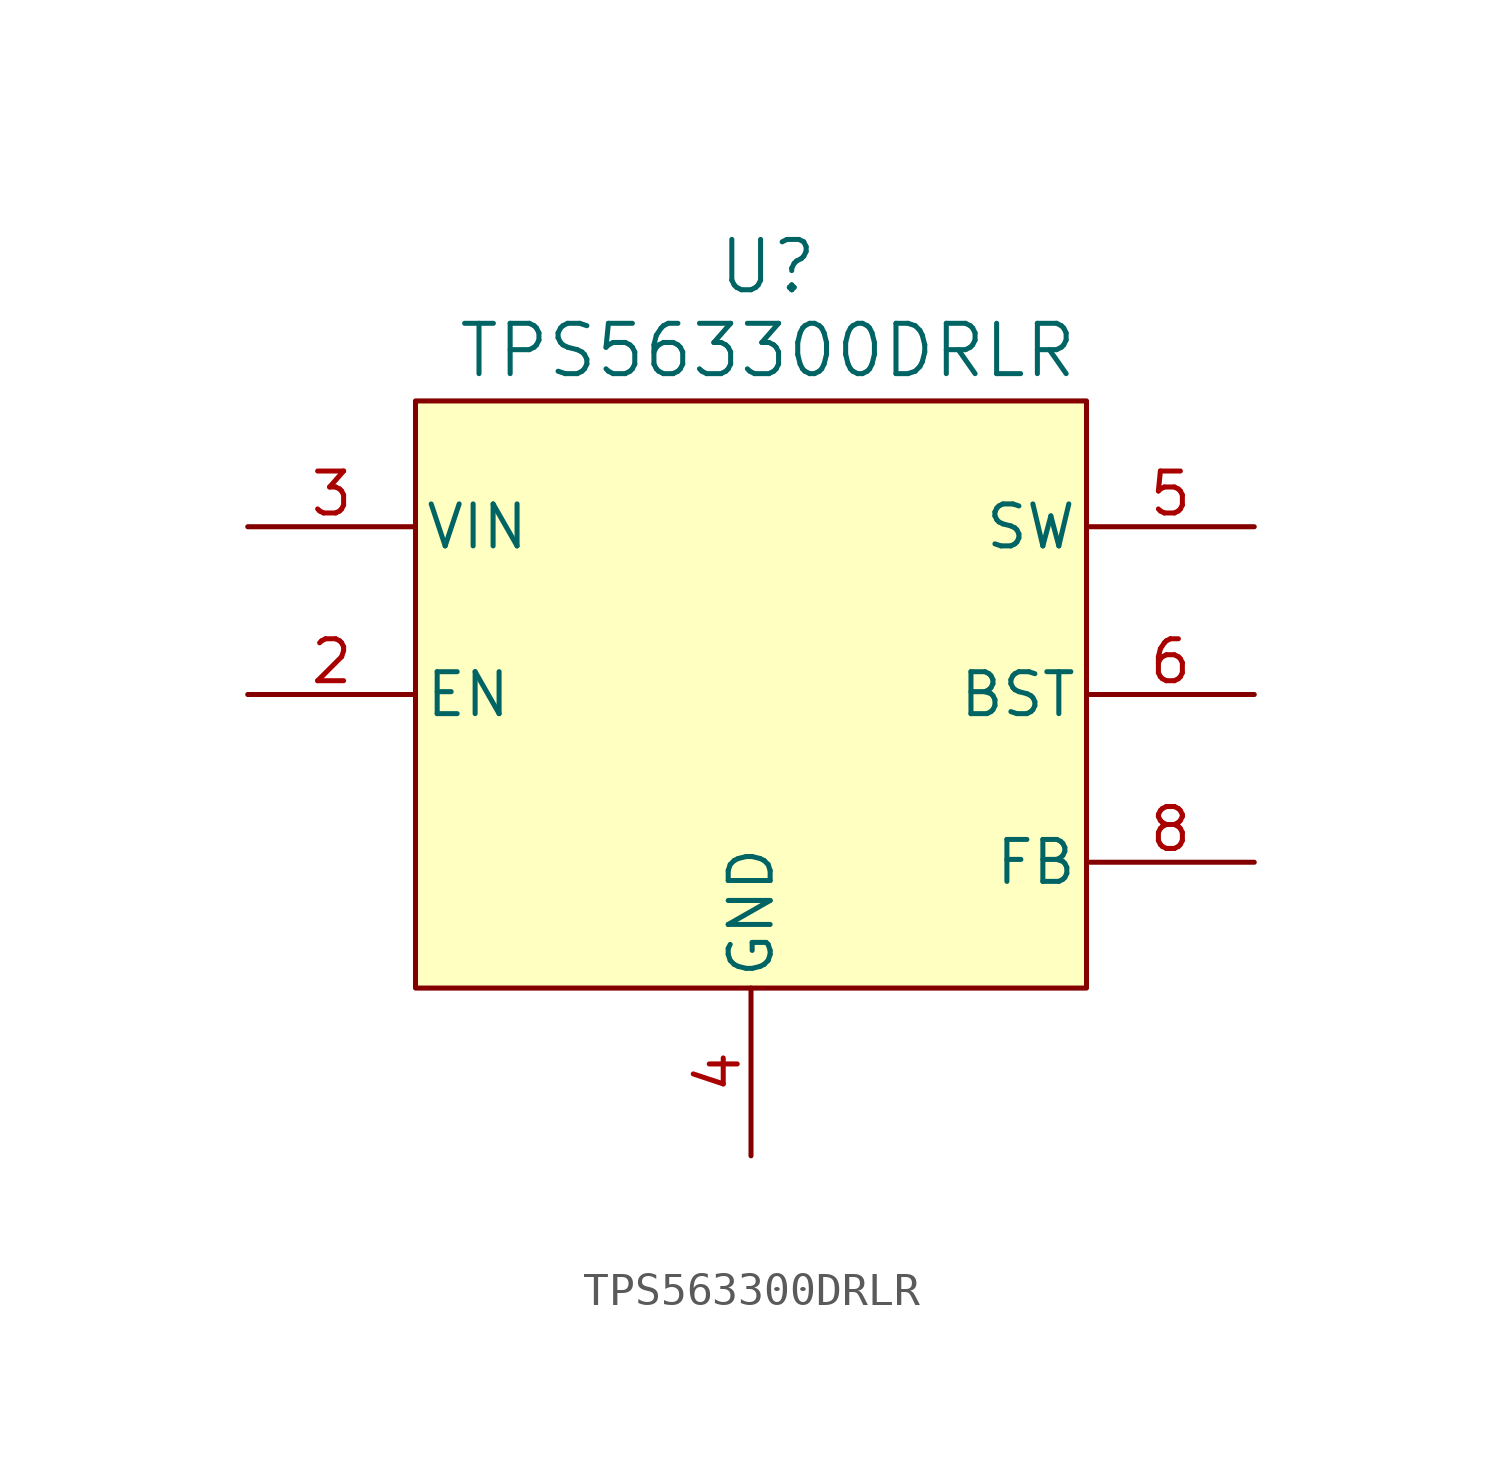
<source format=kicad_sym>
(kicad_symbol_lib
  (version 20231120)
  (generator "kicad_symbol_editor")
  (generator_version "8.0")
  (symbol "TPS563300DRLR"
    (pin_names
      (offset 0.254))
    (property "Reference" "U"
      (at 0.508 11.684 0)
      (effects (font (size 1.524 1.524))))
    (property "Value" "TPS563300DRLR"
      (at 0.508 9.144 0)
      (effects (font (size 1.524 1.524))))
    (symbol "TPS563300DRLR_1_1"
      (rectangle (start -10.16 7.62) (end 10.16 -10.16) (stroke (width 0) (type default)) (fill (type background)))
      (pin no_connect line (at -15.24 -6.35 0) (length 5.08) hide (name "NC" (effects (font (size 1.27 1.27)))) (number "1" (effects (font (size 1.27 1.27)))))
      (pin unspecified line (at -15.24 -1.27 0) (length 5.08) (name "EN" (effects (font (size 1.27 1.27)))) (number "2" (effects (font (size 1.27 1.27)))))
      (pin power_in line (at -15.24 3.81 0) (length 5.08) (name "VIN" (effects (font (size 1.27 1.27)))) (number "3" (effects (font (size 1.27 1.27)))))
      (pin power_out line (at 0 -15.24 90) (length 5.08) (name "GND" (effects (font (size 1.27 1.27)))) (number "4" (effects (font (size 1.27 1.27)))))
      (pin power_in line (at 15.24 3.81 180) (length 5.08) (name "SW" (effects (font (size 1.27 1.27)))) (number "5" (effects (font (size 1.27 1.27)))))
      (pin power_in line (at 15.24 -1.27 180) (length 5.08) (name "BST" (effects (font (size 1.27 1.27)))) (number "6" (effects (font (size 1.27 1.27)))))
      (pin no_connect line (at -15.24 -6.35 0) (length 5.08) hide (name "NC" (effects (font (size 1.27 1.27)))) (number "7" (effects (font (size 1.27 1.27)))))
      (pin unspecified line (at 15.24 -6.35 180) (length 5.08) (name "FB" (effects (font (size 1.27 1.27)))) (number "8" (effects (font (size 1.27 1.27))))))))
</source>
